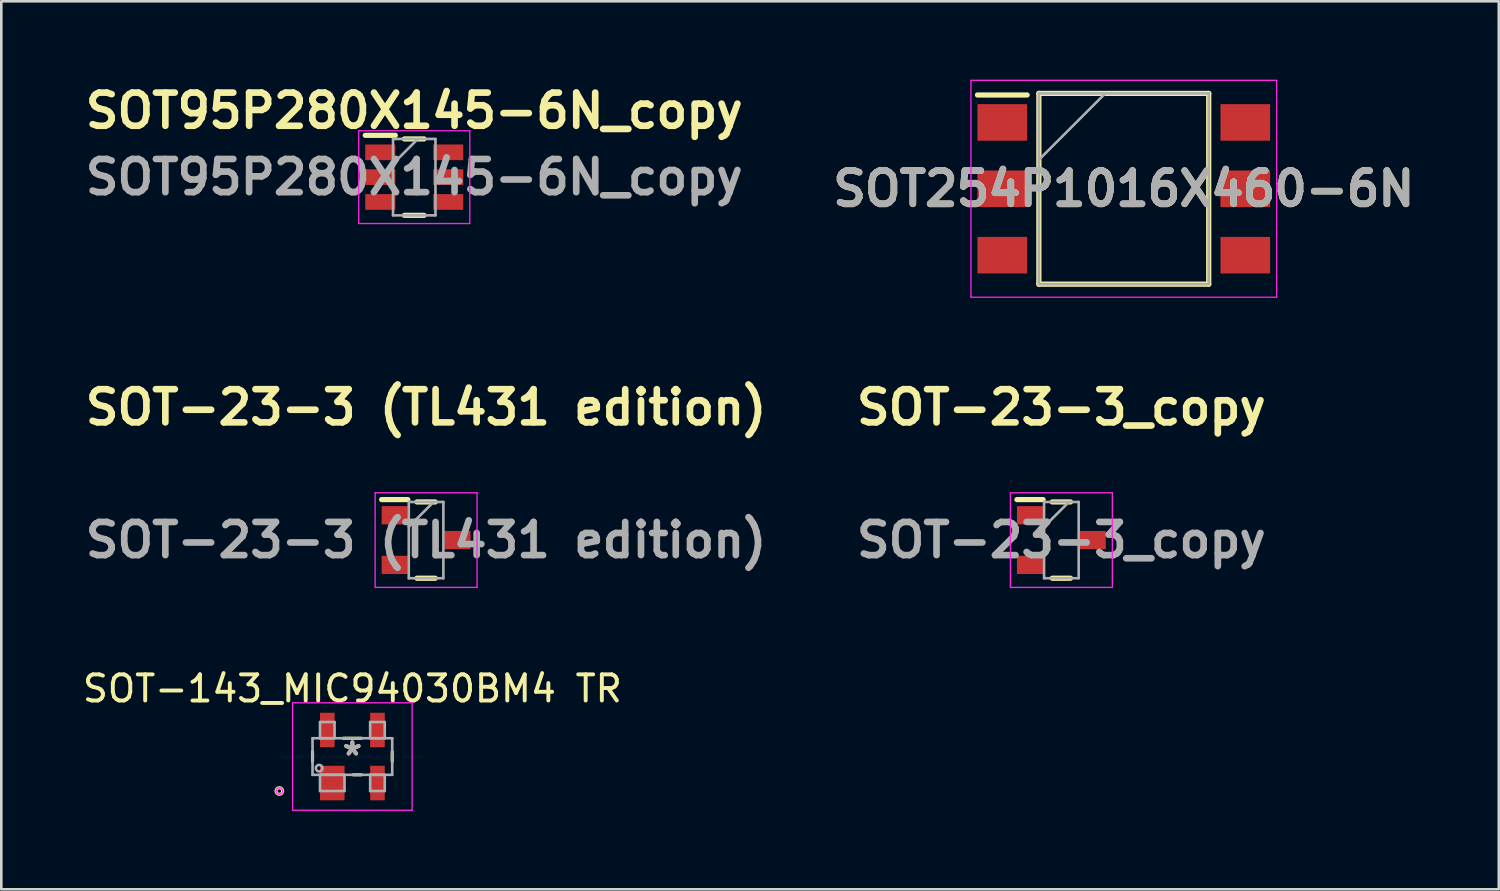
<source format=kicad_pcb>
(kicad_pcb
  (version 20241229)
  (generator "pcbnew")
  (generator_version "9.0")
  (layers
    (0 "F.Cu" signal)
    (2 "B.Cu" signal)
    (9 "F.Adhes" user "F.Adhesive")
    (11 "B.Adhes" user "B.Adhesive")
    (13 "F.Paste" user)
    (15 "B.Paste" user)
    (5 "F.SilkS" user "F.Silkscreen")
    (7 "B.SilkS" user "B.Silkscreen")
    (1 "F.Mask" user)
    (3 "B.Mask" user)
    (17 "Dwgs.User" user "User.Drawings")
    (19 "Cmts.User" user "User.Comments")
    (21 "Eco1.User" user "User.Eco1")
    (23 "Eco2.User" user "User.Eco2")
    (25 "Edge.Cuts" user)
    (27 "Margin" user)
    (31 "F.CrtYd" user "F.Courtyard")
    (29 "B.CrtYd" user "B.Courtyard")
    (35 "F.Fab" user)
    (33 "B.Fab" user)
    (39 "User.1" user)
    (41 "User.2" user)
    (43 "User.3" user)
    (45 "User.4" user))
  (footprint "SOT254P1016X460-6N"
    (layer "F.Cu")
    (at 39.957 4.175)
    (property "Reference" "SOT254P1016X460-6N" (at 0 0 0) (layer "F.SilkS") (effects (font (size 1.27 1.27) (thickness 0.254))))
    (attr smd)
    (fp_line (start -5.6 -3.59) (end -3.7 -3.59) (stroke (width 0.2) (type solid)) (layer "F.SilkS"))
    (fp_line (start -3.25 -3.65) (end 3.25 -3.65) (stroke (width 0.2) (type solid)) (layer "F.SilkS"))
    (fp_line (start -3.25 3.65) (end -3.25 -3.65) (stroke (width 0.2) (type solid)) (layer "F.SilkS"))
    (fp_line (start 3.25 -3.65) (end 3.25 3.65) (stroke (width 0.2) (type solid)) (layer "F.SilkS"))
    (fp_line (start 3.25 3.65) (end -3.25 3.65) (stroke (width 0.2) (type solid)) (layer "F.SilkS"))
    (fp_line (start -5.85 -4.15) (end 5.85 -4.15) (stroke (width 0.05) (type solid)) (layer "F.CrtYd"))
    (fp_line (start -5.85 4.15) (end -5.85 -4.15) (stroke (width 0.05) (type solid)) (layer "F.CrtYd"))
    (fp_line (start 5.85 -4.15) (end 5.85 4.15) (stroke (width 0.05) (type solid)) (layer "F.CrtYd"))
    (fp_line (start 5.85 4.15) (end -5.85 4.15) (stroke (width 0.05) (type solid)) (layer "F.CrtYd"))
    (fp_line (start -3.25 -3.65) (end 3.25 -3.65) (stroke (width 0.1) (type solid)) (layer "F.Fab"))
    (fp_line (start -3.25 -1.11) (end -0.71 -3.65) (stroke (width 0.1) (type solid)) (layer "F.Fab"))
    (fp_line (start -3.25 3.65) (end -3.25 -3.65) (stroke (width 0.1) (type solid)) (layer "F.Fab"))
    (fp_line (start 3.25 -3.65) (end 3.25 3.65) (stroke (width 0.1) (type solid)) (layer "F.Fab"))
    (fp_line (start 3.25 3.65) (end -3.25 3.65) (stroke (width 0.1) (type solid)) (layer "F.Fab"))
    (fp_text user "${REFERENCE}" (at 0 0 0) (layer "F.Fab") (effects (font (size 1.27 1.27) (thickness 0.254))))
    (pad "1" smd rect (at -4.65 -2.54 90) (size 1.4 1.9) (layers "F.Cu" "F.Mask" "F.Paste"))
    (pad "2" smd rect (at -4.65 0 90) (size 1.4 1.9) (layers "F.Cu" "F.Mask" "F.Paste"))
    (pad "3" smd rect (at -4.65 2.54 90) (size 1.4 1.9) (layers "F.Cu" "F.Mask" "F.Paste"))
    (pad "4" smd rect (at 4.65 2.54 90) (size 1.4 1.9) (layers "F.Cu" "F.Mask" "F.Paste"))
    (pad "5" smd rect (at 4.65 0 90) (size 1.4 1.9) (layers "F.Cu" "F.Mask" "F.Paste"))
    (pad "6" smd rect (at 4.65 -2.54 90) (size 1.4 1.9) (layers "F.Cu" "F.Mask" "F.Paste")))
  (footprint "SOT-143_MIC94030BM4 TR"
    (layer "F.Cu")
    (at 10.435 25.902)
    (property "Reference" "SOT-143_MIC94030BM4 TR" (at 0 -2.6 0) (layer "F.SilkS") (effects (font (size 1 1) (thickness 0.15))))
    (attr through_hole)
    (fp_line (start -1.525 0.184) (end -1.525 -0.184) (stroke (width 0.12) (type solid)) (layer "F.SilkS"))
    (fp_line (start -0.348 -0.7) (end 0.348 -0.7) (stroke (width 0.12) (type solid)) (layer "F.SilkS"))
    (fp_line (start 0.348 0.7) (end 0.033 0.7) (stroke (width 0.12) (type solid)) (layer "F.SilkS"))
    (fp_line (start 1.525 -0.184) (end 1.525 0.184) (stroke (width 0.12) (type solid)) (layer "F.SilkS"))
    (fp_circle (center -2.795 1.32) (end -2.668 1.32) (stroke (width 0.12) (type solid)) (fill no) (layer "F.SilkS"))
    (fp_line (start -2.287 -2.057) (end 2.287 -2.057) (stroke (width 0.05) (type solid)) (layer "F.CrtYd"))
    (fp_line (start -2.287 2.057) (end -2.287 -2.057) (stroke (width 0.05) (type solid)) (layer "F.CrtYd"))
    (fp_line (start 2.287 -2.057) (end 2.287 2.057) (stroke (width 0.05) (type solid)) (layer "F.CrtYd"))
    (fp_line (start 2.287 2.057) (end -2.287 2.057) (stroke (width 0.05) (type solid)) (layer "F.CrtYd"))
    (fp_circle (center -2.795 1.32) (end -2.668 1.32) (stroke (width 0.05) (type solid)) (fill no) (layer "F.CrtYd"))
    (fp_line (start -1.525 -0.7) (end 1.525 -0.7) (stroke (width 0.1) (type solid)) (layer "F.Fab"))
    (fp_line (start -1.525 0.7) (end -1.525 -0.7) (stroke (width 0.1) (type solid)) (layer "F.Fab"))
    (fp_line (start -1.239 -1.32) (end -1.239 -0.7) (stroke (width 0.1) (type solid)) (layer "F.Fab"))
    (fp_line (start -1.239 -0.7) (end -0.681 -0.7) (stroke (width 0.1) (type solid)) (layer "F.Fab"))
    (fp_line (start -1.239 0.7) (end -1.239 1.32) (stroke (width 0.1) (type solid)) (layer "F.Fab"))
    (fp_line (start -1.239 1.32) (end -0.3 1.32) (stroke (width 0.1) (type solid)) (layer "F.Fab"))
    (fp_line (start -0.681 -1.32) (end -1.239 -1.32) (stroke (width 0.1) (type solid)) (layer "F.Fab"))
    (fp_line (start -0.681 -0.7) (end -0.681 -1.32) (stroke (width 0.1) (type solid)) (layer "F.Fab"))
    (fp_line (start -0.3 0.7) (end -1.239 0.7) (stroke (width 0.1) (type solid)) (layer "F.Fab"))
    (fp_line (start -0.3 1.32) (end -0.3 0.7) (stroke (width 0.1) (type solid)) (layer "F.Fab"))
    (fp_line (start 0.681 -1.32) (end 0.681 -0.7) (stroke (width 0.1) (type solid)) (layer "F.Fab"))
    (fp_line (start 0.681 -0.7) (end 1.239 -0.7) (stroke (width 0.1) (type solid)) (layer "F.Fab"))
    (fp_line (start 0.681 0.7) (end 0.681 1.32) (stroke (width 0.1) (type solid)) (layer "F.Fab"))
    (fp_line (start 0.681 1.32) (end 1.239 1.32) (stroke (width 0.1) (type solid)) (layer "F.Fab"))
    (fp_line (start 1.239 -1.32) (end 0.681 -1.32) (stroke (width 0.1) (type solid)) (layer "F.Fab"))
    (fp_line (start 1.239 -0.7) (end 1.239 -1.32) (stroke (width 0.1) (type solid)) (layer "F.Fab"))
    (fp_line (start 1.239 0.7) (end 0.681 0.7) (stroke (width 0.1) (type solid)) (layer "F.Fab"))
    (fp_line (start 1.239 1.32) (end 1.239 0.7) (stroke (width 0.1) (type solid)) (layer "F.Fab"))
    (fp_line (start 1.525 -0.7) (end 1.525 0.7) (stroke (width 0.1) (type solid)) (layer "F.Fab"))
    (fp_line (start 1.525 0.7) (end -1.525 0.7) (stroke (width 0.1) (type solid)) (layer "F.Fab"))
    (fp_circle (center -1.271 0.446) (end -1.144 0.446) (stroke (width 0.1) (type solid)) (fill no) (layer "F.Fab"))
    (fp_text user "*" (at 0 0 0) (layer "F.SilkS") (effects (font (size 1 1) (thickness 0.15))))
    (fp_text user "Copyright 2021 Accelerated Designs. All rights reserved." (at 0 0 0) (layer "Cmts.User") (effects (font (size 0.127 0.127) (thickness 0.002))))
    (fp_text user "*" (at 0 0 0) (layer "F.Fab") (effects (font (size 1 1) (thickness 0.15))))
    (pad "1" smd rect (at -0.769 1.015) (size 0.94 1.321) (layers "F.Cu" "F.Mask" "F.Paste"))
    (pad "2" smd rect (at 0.96 1.015) (size 0.559 1.321) (layers "F.Cu" "F.Mask" "F.Paste"))
    (pad "3" smd rect (at 0.96 -1.015) (size 0.559 1.321) (layers "F.Cu" "F.Mask" "F.Paste"))
    (pad "4" smd rect (at -0.96 -1.015) (size 0.559 1.321) (layers "F.Cu" "F.Mask" "F.Paste")))
  (footprint "SOT-23-3 (TL431 edition)"
    (layer "F.Cu")
    (at 13.256 17.619)
    (property "Reference" "SOT-23-3 (TL431 edition)" (at 0 -5.08 0) (layer "F.SilkS") (effects (font (size 1.27 1.27) (thickness 0.254))))
    (attr smd)
    (fp_line (start -1.7 -1.55) (end -0.7 -1.55) (stroke (width 0.2) (type solid)) (layer "F.SilkS"))
    (fp_line (start -0.35 -1.46) (end 0.35 -1.46) (stroke (width 0.2) (type solid)) (layer "F.SilkS"))
    (fp_line (start 0.35 1.46) (end -0.35 1.46) (stroke (width 0.2) (type solid)) (layer "F.SilkS"))
    (fp_line (start -1.95 -1.81) (end 1.95 -1.81) (stroke (width 0.05) (type solid)) (layer "F.CrtYd"))
    (fp_line (start -1.95 1.81) (end -1.95 -1.81) (stroke (width 0.05) (type solid)) (layer "F.CrtYd"))
    (fp_line (start 1.95 -1.81) (end 1.95 1.81) (stroke (width 0.05) (type solid)) (layer "F.CrtYd"))
    (fp_line (start 1.95 1.81) (end -1.95 1.81) (stroke (width 0.05) (type solid)) (layer "F.CrtYd"))
    (fp_line (start -0.662 -1.46) (end 0.662 -1.46) (stroke (width 0.1) (type solid)) (layer "F.Fab"))
    (fp_line (start -0.662 -0.51) (end 0.288 -1.46) (stroke (width 0.1) (type solid)) (layer "F.Fab"))
    (fp_line (start -0.662 1.46) (end -0.662 -1.46) (stroke (width 0.1) (type solid)) (layer "F.Fab"))
    (fp_line (start 0.662 -1.46) (end 0.662 1.46) (stroke (width 0.1) (type solid)) (layer "F.Fab"))
    (fp_line (start 0.662 1.46) (end -0.662 1.46) (stroke (width 0.1) (type solid)) (layer "F.Fab"))
    (fp_text user "${REFERENCE}" (at 0 0 0) (layer "F.Fab") (effects (font (size 1.27 1.27) (thickness 0.254))))
    (pad "1" smd rect (at -1.2 -0.95 90) (size 0.7 1) (layers "F.Cu" "F.Mask" "F.Paste"))
    (pad "2" smd rect (at 1.2 0 90) (size 0.7 1) (layers "F.Cu" "F.Mask" "F.Paste"))
    (pad "3" smd rect (at -1.2 0.95 90) (size 0.7 1) (layers "F.Cu" "F.Mask" "F.Paste")))
  (footprint "SOT95P280X145-6N_copy"
    (layer "F.Cu")
    (at 12.803 3.729)
    (property "Reference" "SOT95P280X145-6N_copy" (at 0 -2.54 0) (layer "F.SilkS") (effects (font (size 1.27 1.27) (thickness 0.254))))
    (attr smd)
    (fp_line (start -1.875 -1.6) (end -0.725 -1.6) (stroke (width 0.2) (type solid)) (layer "F.SilkS"))
    (fp_line (start -0.375 -1.462) (end 0.375 -1.462) (stroke (width 0.2) (type solid)) (layer "F.SilkS"))
    (fp_line (start 0.375 1.462) (end -0.375 1.462) (stroke (width 0.2) (type solid)) (layer "F.SilkS"))
    (fp_line (start -2.125 -1.775) (end 2.125 -1.775) (stroke (width 0.05) (type solid)) (layer "F.CrtYd"))
    (fp_line (start -2.125 1.775) (end -2.125 -1.775) (stroke (width 0.05) (type solid)) (layer "F.CrtYd"))
    (fp_line (start 2.125 -1.775) (end 2.125 1.775) (stroke (width 0.05) (type solid)) (layer "F.CrtYd"))
    (fp_line (start 2.125 1.775) (end -2.125 1.775) (stroke (width 0.05) (type solid)) (layer "F.CrtYd"))
    (fp_line (start -0.812 -1.462) (end 0.812 -1.462) (stroke (width 0.1) (type solid)) (layer "F.Fab"))
    (fp_line (start -0.812 -0.512) (end 0.138 -1.462) (stroke (width 0.1) (type solid)) (layer "F.Fab"))
    (fp_line (start -0.812 1.462) (end -0.812 -1.462) (stroke (width 0.1) (type solid)) (layer "F.Fab"))
    (fp_line (start 0.812 -1.462) (end 0.812 1.462) (stroke (width 0.1) (type solid)) (layer "F.Fab"))
    (fp_line (start 0.812 1.462) (end -0.812 1.462) (stroke (width 0.1) (type solid)) (layer "F.Fab"))
    (fp_text user "${REFERENCE}" (at 0 0 0) (layer "F.Fab") (effects (font (size 1.27 1.27) (thickness 0.254))))
    (pad "1" smd rect (at -1.3 -0.95 90) (size 0.6 1.15) (layers "F.Cu" "F.Mask" "F.Paste"))
    (pad "2" smd rect (at -1.3 0 90) (size 0.6 1.15) (layers "F.Cu" "F.Mask" "F.Paste"))
    (pad "3" smd rect (at -1.3 0.95 90) (size 0.6 1.15) (layers "F.Cu" "F.Mask" "F.Paste"))
    (pad "4" smd rect (at 1.3 0.95 90) (size 0.6 1.15) (layers "F.Cu" "F.Mask" "F.Paste"))
    (pad "5" smd rect (at 1.3 0 90) (size 0.6 1.15) (layers "F.Cu" "F.Mask" "F.Paste"))
    (pad "6" smd rect (at 1.3 -0.95 90) (size 0.6 1.15) (layers "F.Cu" "F.Mask" "F.Paste")))
  (footprint "SOT-23-3_copy"
    (layer "F.Cu")
    (at 37.568 17.619)
    (property "Reference" "SOT-23-3_copy" (at 0 -5.08 0) (layer "F.SilkS") (effects (font (size 1.27 1.27) (thickness 0.254))))
    (attr smd)
    (fp_line (start -1.7 -1.55) (end -0.7 -1.55) (stroke (width 0.2) (type solid)) (layer "F.SilkS"))
    (fp_line (start -0.35 -1.46) (end 0.35 -1.46) (stroke (width 0.2) (type solid)) (layer "F.SilkS"))
    (fp_line (start 0.35 1.46) (end -0.35 1.46) (stroke (width 0.2) (type solid)) (layer "F.SilkS"))
    (fp_line (start -1.95 -1.81) (end 1.95 -1.81) (stroke (width 0.05) (type solid)) (layer "F.CrtYd"))
    (fp_line (start -1.95 1.81) (end -1.95 -1.81) (stroke (width 0.05) (type solid)) (layer "F.CrtYd"))
    (fp_line (start 1.95 -1.81) (end 1.95 1.81) (stroke (width 0.05) (type solid)) (layer "F.CrtYd"))
    (fp_line (start 1.95 1.81) (end -1.95 1.81) (stroke (width 0.05) (type solid)) (layer "F.CrtYd"))
    (fp_line (start -0.662 -1.46) (end 0.662 -1.46) (stroke (width 0.1) (type solid)) (layer "F.Fab"))
    (fp_line (start -0.662 -0.51) (end 0.288 -1.46) (stroke (width 0.1) (type solid)) (layer "F.Fab"))
    (fp_line (start -0.662 1.46) (end -0.662 -1.46) (stroke (width 0.1) (type solid)) (layer "F.Fab"))
    (fp_line (start 0.662 -1.46) (end 0.662 1.46) (stroke (width 0.1) (type solid)) (layer "F.Fab"))
    (fp_line (start 0.662 1.46) (end -0.662 1.46) (stroke (width 0.1) (type solid)) (layer "F.Fab"))
    (fp_text user "${REFERENCE}" (at 0 0 0) (layer "F.Fab") (effects (font (size 1.27 1.27) (thickness 0.254))))
    (pad "1" smd rect (at -1.2 -0.95 90) (size 0.7 1) (layers "F.Cu" "F.Mask" "F.Paste"))
    (pad "2" smd rect (at -1.2 0.95 90) (size 0.7 1) (layers "F.Cu" "F.Mask" "F.Paste"))
    (pad "3" smd rect (at 1.2 0 90) (size 0.7 1) (layers "F.Cu" "F.Mask" "F.Paste")))
  (gr_rect
    (start -3 -3)
    (end 54.308 30.984)
    (stroke (width 0.1) (type default))
    (fill no)
    (layer "Edge.Cuts")))
</source>
